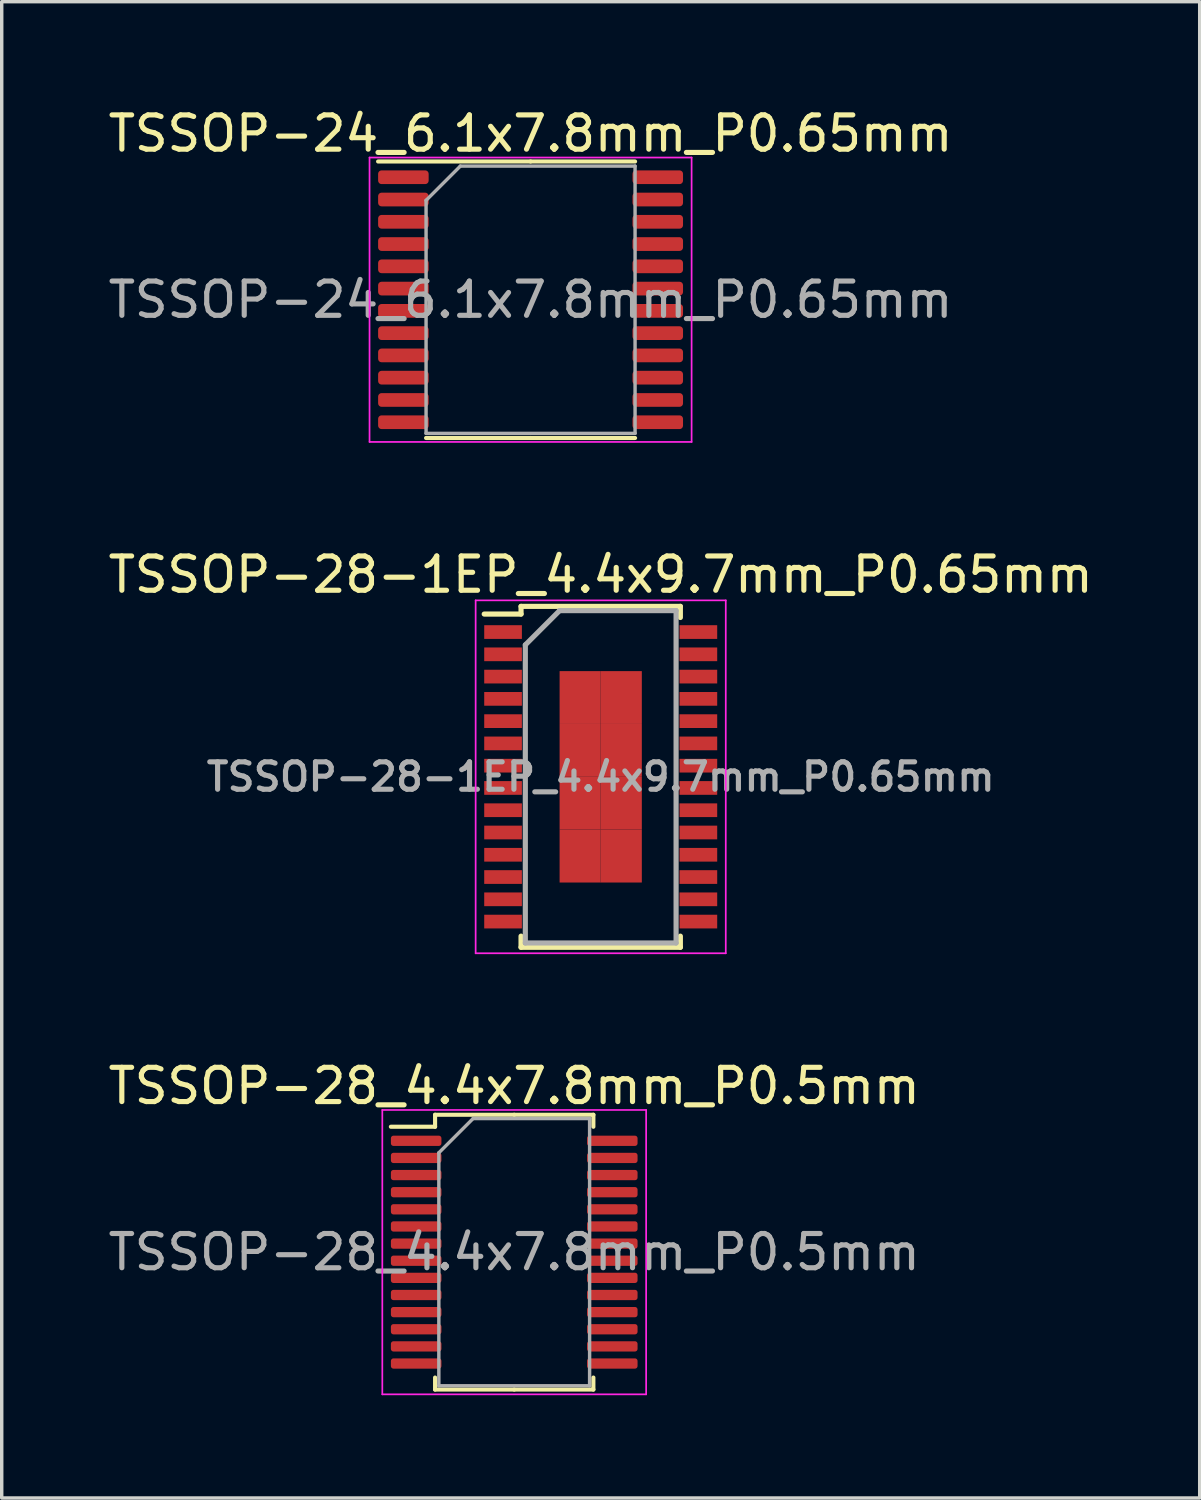
<source format=kicad_pcb>
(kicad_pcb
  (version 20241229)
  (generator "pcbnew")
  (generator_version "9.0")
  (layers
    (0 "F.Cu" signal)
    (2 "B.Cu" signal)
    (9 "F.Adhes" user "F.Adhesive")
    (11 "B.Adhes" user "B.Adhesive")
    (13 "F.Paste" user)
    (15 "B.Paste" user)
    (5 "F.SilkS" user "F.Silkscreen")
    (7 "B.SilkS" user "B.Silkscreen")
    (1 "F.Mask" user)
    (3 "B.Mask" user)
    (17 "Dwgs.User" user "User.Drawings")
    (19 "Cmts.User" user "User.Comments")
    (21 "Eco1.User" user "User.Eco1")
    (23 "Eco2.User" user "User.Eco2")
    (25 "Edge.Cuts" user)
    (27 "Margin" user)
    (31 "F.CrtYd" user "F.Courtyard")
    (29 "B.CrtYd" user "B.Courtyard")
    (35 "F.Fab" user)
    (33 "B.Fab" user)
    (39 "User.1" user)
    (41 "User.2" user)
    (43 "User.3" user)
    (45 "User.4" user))
  (footprint "TSSOP-28-1EP_4.4x9.7mm_P0.65mm"
    (layer "F.Cu")
    (at 14.482 19.622)
    (property "Reference" "TSSOP-28-1EP_4.4x9.7mm_P0.65mm" (at 0 -5.9 0) (layer "F.SilkS") (effects (font (size 1 1) (thickness 0.15))))
    (attr smd)
    (fp_line (start -2.325 -4.975) (end -2.325 -4.75) (stroke (width 0.15) (type solid)) (layer "F.SilkS"))
    (fp_line (start -2.325 -4.975) (end 2.325 -4.975) (stroke (width 0.15) (type solid)) (layer "F.SilkS"))
    (fp_line (start -2.325 -4.75) (end -3.4 -4.75) (stroke (width 0.15) (type solid)) (layer "F.SilkS"))
    (fp_line (start -2.325 4.975) (end -2.325 4.65) (stroke (width 0.15) (type solid)) (layer "F.SilkS"))
    (fp_line (start -2.325 4.975) (end 2.325 4.975) (stroke (width 0.15) (type solid)) (layer "F.SilkS"))
    (fp_line (start 2.325 -4.975) (end 2.325 -4.65) (stroke (width 0.15) (type solid)) (layer "F.SilkS"))
    (fp_line (start 2.325 4.975) (end 2.325 4.65) (stroke (width 0.15) (type solid)) (layer "F.SilkS"))
    (fp_line (start -3.65 -5.15) (end -3.65 5.15) (stroke (width 0.05) (type solid)) (layer "F.CrtYd"))
    (fp_line (start -3.65 -5.15) (end 3.65 -5.15) (stroke (width 0.05) (type solid)) (layer "F.CrtYd"))
    (fp_line (start -3.65 5.15) (end 3.65 5.15) (stroke (width 0.05) (type solid)) (layer "F.CrtYd"))
    (fp_line (start 3.65 -5.15) (end 3.65 5.15) (stroke (width 0.05) (type solid)) (layer "F.CrtYd"))
    (fp_line (start -2.2 -3.85) (end -1.2 -4.85) (stroke (width 0.15) (type solid)) (layer "F.Fab"))
    (fp_line (start -2.2 4.85) (end -2.2 -3.85) (stroke (width 0.15) (type solid)) (layer "F.Fab"))
    (fp_line (start -1.2 -4.85) (end 2.2 -4.85) (stroke (width 0.15) (type solid)) (layer "F.Fab"))
    (fp_line (start 2.2 -4.85) (end 2.2 4.85) (stroke (width 0.15) (type solid)) (layer "F.Fab"))
    (fp_line (start 2.2 4.85) (end -2.2 4.85) (stroke (width 0.15) (type solid)) (layer "F.Fab"))
    (fp_text user "${REFERENCE}" (at 0 0 0) (layer "F.Fab") (effects (font (size 0.8 0.8) (thickness 0.15))))
    (pad "1" smd rect (at -2.85 -4.225) (size 1.1 0.4) (layers "F.Cu" "F.Mask" "F.Paste"))
    (pad "2" smd rect (at -2.85 -3.575) (size 1.1 0.4) (layers "F.Cu" "F.Mask" "F.Paste"))
    (pad "3" smd rect (at -2.85 -2.925) (size 1.1 0.4) (layers "F.Cu" "F.Mask" "F.Paste"))
    (pad "4" smd rect (at -2.85 -2.275) (size 1.1 0.4) (layers "F.Cu" "F.Mask" "F.Paste"))
    (pad "5" smd rect (at -2.85 -1.625) (size 1.1 0.4) (layers "F.Cu" "F.Mask" "F.Paste"))
    (pad "6" smd rect (at -2.85 -0.975) (size 1.1 0.4) (layers "F.Cu" "F.Mask" "F.Paste"))
    (pad "7" smd rect (at -2.85 -0.325) (size 1.1 0.4) (layers "F.Cu" "F.Mask" "F.Paste"))
    (pad "8" smd rect (at -2.85 0.325) (size 1.1 0.4) (layers "F.Cu" "F.Mask" "F.Paste"))
    (pad "9" smd rect (at -2.85 0.975) (size 1.1 0.4) (layers "F.Cu" "F.Mask" "F.Paste"))
    (pad "10" smd rect (at -2.85 1.625) (size 1.1 0.4) (layers "F.Cu" "F.Mask" "F.Paste"))
    (pad "11" smd rect (at -2.85 2.275) (size 1.1 0.4) (layers "F.Cu" "F.Mask" "F.Paste"))
    (pad "12" smd rect (at -2.85 2.925) (size 1.1 0.4) (layers "F.Cu" "F.Mask" "F.Paste"))
    (pad "13" smd rect (at -2.85 3.575) (size 1.1 0.4) (layers "F.Cu" "F.Mask" "F.Paste"))
    (pad "14" smd rect (at -2.85 4.225) (size 1.1 0.4) (layers "F.Cu" "F.Mask" "F.Paste"))
    (pad "15" smd rect (at 2.85 4.225) (size 1.1 0.4) (layers "F.Cu" "F.Mask" "F.Paste"))
    (pad "16" smd rect (at 2.85 3.575) (size 1.1 0.4) (layers "F.Cu" "F.Mask" "F.Paste"))
    (pad "17" smd rect (at 2.85 2.925) (size 1.1 0.4) (layers "F.Cu" "F.Mask" "F.Paste"))
    (pad "18" smd rect (at 2.85 2.275) (size 1.1 0.4) (layers "F.Cu" "F.Mask" "F.Paste"))
    (pad "19" smd rect (at 2.85 1.625) (size 1.1 0.4) (layers "F.Cu" "F.Mask" "F.Paste"))
    (pad "20" smd rect (at 2.85 0.975) (size 1.1 0.4) (layers "F.Cu" "F.Mask" "F.Paste"))
    (pad "21" smd rect (at 2.85 0.325) (size 1.1 0.4) (layers "F.Cu" "F.Mask" "F.Paste"))
    (pad "22" smd rect (at 2.85 -0.325) (size 1.1 0.4) (layers "F.Cu" "F.Mask" "F.Paste"))
    (pad "23" smd rect (at 2.85 -0.975) (size 1.1 0.4) (layers "F.Cu" "F.Mask" "F.Paste"))
    (pad "24" smd rect (at 2.85 -1.625) (size 1.1 0.4) (layers "F.Cu" "F.Mask" "F.Paste"))
    (pad "25" smd rect (at 2.85 -2.275) (size 1.1 0.4) (layers "F.Cu" "F.Mask" "F.Paste"))
    (pad "26" smd rect (at 2.85 -2.925) (size 1.1 0.4) (layers "F.Cu" "F.Mask" "F.Paste"))
    (pad "27" smd rect (at 2.85 -3.575) (size 1.1 0.4) (layers "F.Cu" "F.Mask" "F.Paste"))
    (pad "28" smd rect (at 2.85 -4.225) (size 1.1 0.4) (layers "F.Cu" "F.Mask" "F.Paste"))
    (pad "29" smd rect (at -0.6 -2.314) (size 1.2 1.542) (layers "F.Cu" "F.Mask" "F.Paste"))
    (pad "29" smd rect (at -0.6 -0.771) (size 1.2 1.542) (layers "F.Cu" "F.Mask" "F.Paste"))
    (pad "29" smd rect (at -0.6 0.771) (size 1.2 1.542) (layers "F.Cu" "F.Mask" "F.Paste"))
    (pad "29" smd rect (at -0.6 2.314) (size 1.2 1.542) (layers "F.Cu" "F.Mask" "F.Paste"))
    (pad "29" smd rect (at 0.6 -2.314) (size 1.2 1.542) (layers "F.Cu" "F.Mask" "F.Paste"))
    (pad "29" smd rect (at 0.6 -0.771) (size 1.2 1.542) (layers "F.Cu" "F.Mask" "F.Paste"))
    (pad "29" smd rect (at 0.6 0.771) (size 1.2 1.542) (layers "F.Cu" "F.Mask" "F.Paste"))
    (pad "29" smd rect (at 0.6 2.314) (size 1.2 1.542) (layers "F.Cu" "F.Mask" "F.Paste")))
  (footprint "TSSOP-28_4.4x7.8mm_P0.5mm"
    (layer "F.Cu")
    (at 11.958 33.495)
    (property "Reference" "TSSOP-28_4.4x7.8mm_P0.5mm" (at 0 -4.85 0) (layer "F.SilkS") (effects (font (size 1 1) (thickness 0.15))))
    (attr smd)
    (fp_line (start -2.31 -4.01) (end -2.31 -3.66) (stroke (width 0.12) (type solid)) (layer "F.SilkS"))
    (fp_line (start -2.31 -3.66) (end -3.6 -3.66) (stroke (width 0.12) (type solid)) (layer "F.SilkS"))
    (fp_line (start -2.31 4.01) (end -2.31 3.66) (stroke (width 0.12) (type solid)) (layer "F.SilkS"))
    (fp_line (start 0 -4.01) (end -2.31 -4.01) (stroke (width 0.12) (type solid)) (layer "F.SilkS"))
    (fp_line (start 0 -4.01) (end 2.31 -4.01) (stroke (width 0.12) (type solid)) (layer "F.SilkS"))
    (fp_line (start 0 4.01) (end -2.31 4.01) (stroke (width 0.12) (type solid)) (layer "F.SilkS"))
    (fp_line (start 0 4.01) (end 2.31 4.01) (stroke (width 0.12) (type solid)) (layer "F.SilkS"))
    (fp_line (start 2.31 -4.01) (end 2.31 -3.66) (stroke (width 0.12) (type solid)) (layer "F.SilkS"))
    (fp_line (start 2.31 4.01) (end 2.31 3.66) (stroke (width 0.12) (type solid)) (layer "F.SilkS"))
    (fp_line (start -3.85 -4.15) (end -3.85 4.15) (stroke (width 0.05) (type solid)) (layer "F.CrtYd"))
    (fp_line (start -3.85 4.15) (end 3.85 4.15) (stroke (width 0.05) (type solid)) (layer "F.CrtYd"))
    (fp_line (start 3.85 -4.15) (end -3.85 -4.15) (stroke (width 0.05) (type solid)) (layer "F.CrtYd"))
    (fp_line (start 3.85 4.15) (end 3.85 -4.15) (stroke (width 0.05) (type solid)) (layer "F.CrtYd"))
    (fp_line (start -2.2 -2.9) (end -1.2 -3.9) (stroke (width 0.1) (type solid)) (layer "F.Fab"))
    (fp_line (start -2.2 3.9) (end -2.2 -2.9) (stroke (width 0.1) (type solid)) (layer "F.Fab"))
    (fp_line (start -1.2 -3.9) (end 2.2 -3.9) (stroke (width 0.1) (type solid)) (layer "F.Fab"))
    (fp_line (start 2.2 -3.9) (end 2.2 3.9) (stroke (width 0.1) (type solid)) (layer "F.Fab"))
    (fp_line (start 2.2 3.9) (end -2.2 3.9) (stroke (width 0.1) (type solid)) (layer "F.Fab"))
    (fp_text user "${REFERENCE}" (at 0 0 0) (layer "F.Fab") (effects (font (size 1 1) (thickness 0.15))))
    (pad "1" smd roundrect (at -2.862 -3.25) (size 1.475 0.3) (layers "F.Cu" "F.Mask" "F.Paste") (roundrect_rratio 0.25))
    (pad "2" smd roundrect (at -2.862 -2.75) (size 1.475 0.3) (layers "F.Cu" "F.Mask" "F.Paste") (roundrect_rratio 0.25))
    (pad "3" smd roundrect (at -2.862 -2.25) (size 1.475 0.3) (layers "F.Cu" "F.Mask" "F.Paste") (roundrect_rratio 0.25))
    (pad "4" smd roundrect (at -2.862 -1.75) (size 1.475 0.3) (layers "F.Cu" "F.Mask" "F.Paste") (roundrect_rratio 0.25))
    (pad "5" smd roundrect (at -2.862 -1.25) (size 1.475 0.3) (layers "F.Cu" "F.Mask" "F.Paste") (roundrect_rratio 0.25))
    (pad "6" smd roundrect (at -2.862 -0.75) (size 1.475 0.3) (layers "F.Cu" "F.Mask" "F.Paste") (roundrect_rratio 0.25))
    (pad "7" smd roundrect (at -2.862 -0.25) (size 1.475 0.3) (layers "F.Cu" "F.Mask" "F.Paste") (roundrect_rratio 0.25))
    (pad "8" smd roundrect (at -2.862 0.25) (size 1.475 0.3) (layers "F.Cu" "F.Mask" "F.Paste") (roundrect_rratio 0.25))
    (pad "9" smd roundrect (at -2.862 0.75) (size 1.475 0.3) (layers "F.Cu" "F.Mask" "F.Paste") (roundrect_rratio 0.25))
    (pad "10" smd roundrect (at -2.862 1.25) (size 1.475 0.3) (layers "F.Cu" "F.Mask" "F.Paste") (roundrect_rratio 0.25))
    (pad "11" smd roundrect (at -2.862 1.75) (size 1.475 0.3) (layers "F.Cu" "F.Mask" "F.Paste") (roundrect_rratio 0.25))
    (pad "12" smd roundrect (at -2.862 2.25) (size 1.475 0.3) (layers "F.Cu" "F.Mask" "F.Paste") (roundrect_rratio 0.25))
    (pad "13" smd roundrect (at -2.862 2.75) (size 1.475 0.3) (layers "F.Cu" "F.Mask" "F.Paste") (roundrect_rratio 0.25))
    (pad "14" smd roundrect (at -2.862 3.25) (size 1.475 0.3) (layers "F.Cu" "F.Mask" "F.Paste") (roundrect_rratio 0.25))
    (pad "15" smd roundrect (at 2.862 3.25) (size 1.475 0.3) (layers "F.Cu" "F.Mask" "F.Paste") (roundrect_rratio 0.25))
    (pad "16" smd roundrect (at 2.862 2.75) (size 1.475 0.3) (layers "F.Cu" "F.Mask" "F.Paste") (roundrect_rratio 0.25))
    (pad "17" smd roundrect (at 2.862 2.25) (size 1.475 0.3) (layers "F.Cu" "F.Mask" "F.Paste") (roundrect_rratio 0.25))
    (pad "18" smd roundrect (at 2.862 1.75) (size 1.475 0.3) (layers "F.Cu" "F.Mask" "F.Paste") (roundrect_rratio 0.25))
    (pad "19" smd roundrect (at 2.862 1.25) (size 1.475 0.3) (layers "F.Cu" "F.Mask" "F.Paste") (roundrect_rratio 0.25))
    (pad "20" smd roundrect (at 2.862 0.75) (size 1.475 0.3) (layers "F.Cu" "F.Mask" "F.Paste") (roundrect_rratio 0.25))
    (pad "21" smd roundrect (at 2.862 0.25) (size 1.475 0.3) (layers "F.Cu" "F.Mask" "F.Paste") (roundrect_rratio 0.25))
    (pad "22" smd roundrect (at 2.862 -0.25) (size 1.475 0.3) (layers "F.Cu" "F.Mask" "F.Paste") (roundrect_rratio 0.25))
    (pad "23" smd roundrect (at 2.862 -0.75) (size 1.475 0.3) (layers "F.Cu" "F.Mask" "F.Paste") (roundrect_rratio 0.25))
    (pad "24" smd roundrect (at 2.862 -1.25) (size 1.475 0.3) (layers "F.Cu" "F.Mask" "F.Paste") (roundrect_rratio 0.25))
    (pad "25" smd roundrect (at 2.862 -1.75) (size 1.475 0.3) (layers "F.Cu" "F.Mask" "F.Paste") (roundrect_rratio 0.25))
    (pad "26" smd roundrect (at 2.862 -2.25) (size 1.475 0.3) (layers "F.Cu" "F.Mask" "F.Paste") (roundrect_rratio 0.25))
    (pad "27" smd roundrect (at 2.862 -2.75) (size 1.475 0.3) (layers "F.Cu" "F.Mask" "F.Paste") (roundrect_rratio 0.25))
    (pad "28" smd roundrect (at 2.862 -3.25) (size 1.475 0.3) (layers "F.Cu" "F.Mask" "F.Paste") (roundrect_rratio 0.25)))
  (footprint "TSSOP-24_6.1x7.8mm_P0.65mm"
    (layer "F.Cu")
    (at 12.435 5.698)
    (property "Reference" "TSSOP-24_6.1x7.8mm_P0.65mm" (at 0 -4.85 0) (layer "F.SilkS") (effects (font (size 1 1) (thickness 0.15))))
    (attr smd)
    (fp_line (start 0 -4.035) (end -4.45 -4.035) (stroke (width 0.12) (type solid)) (layer "F.SilkS"))
    (fp_line (start 0 -4.035) (end 3.05 -4.035) (stroke (width 0.12) (type solid)) (layer "F.SilkS"))
    (fp_line (start 0 4.035) (end -3.05 4.035) (stroke (width 0.12) (type solid)) (layer "F.SilkS"))
    (fp_line (start 0 4.035) (end 3.05 4.035) (stroke (width 0.12) (type solid)) (layer "F.SilkS"))
    (fp_line (start -4.7 -4.15) (end -4.7 4.15) (stroke (width 0.05) (type solid)) (layer "F.CrtYd"))
    (fp_line (start -4.7 4.15) (end 4.7 4.15) (stroke (width 0.05) (type solid)) (layer "F.CrtYd"))
    (fp_line (start 4.7 -4.15) (end -4.7 -4.15) (stroke (width 0.05) (type solid)) (layer "F.CrtYd"))
    (fp_line (start 4.7 4.15) (end 4.7 -4.15) (stroke (width 0.05) (type solid)) (layer "F.CrtYd"))
    (fp_line (start -3.05 -2.9) (end -2.05 -3.9) (stroke (width 0.1) (type solid)) (layer "F.Fab"))
    (fp_line (start -3.05 3.9) (end -3.05 -2.9) (stroke (width 0.1) (type solid)) (layer "F.Fab"))
    (fp_line (start -2.05 -3.9) (end 3.05 -3.9) (stroke (width 0.1) (type solid)) (layer "F.Fab"))
    (fp_line (start 3.05 -3.9) (end 3.05 3.9) (stroke (width 0.1) (type solid)) (layer "F.Fab"))
    (fp_line (start 3.05 3.9) (end -3.05 3.9) (stroke (width 0.1) (type solid)) (layer "F.Fab"))
    (fp_text user "${REFERENCE}" (at 0 0 0) (layer "F.Fab") (effects (font (size 1 1) (thickness 0.15))))
    (pad "1" smd roundrect (at -3.712 -3.575) (size 1.475 0.4) (layers "F.Cu" "F.Mask" "F.Paste") (roundrect_rratio 0.25))
    (pad "2" smd roundrect (at -3.712 -2.925) (size 1.475 0.4) (layers "F.Cu" "F.Mask" "F.Paste") (roundrect_rratio 0.25))
    (pad "3" smd roundrect (at -3.712 -2.275) (size 1.475 0.4) (layers "F.Cu" "F.Mask" "F.Paste") (roundrect_rratio 0.25))
    (pad "4" smd roundrect (at -3.712 -1.625) (size 1.475 0.4) (layers "F.Cu" "F.Mask" "F.Paste") (roundrect_rratio 0.25))
    (pad "5" smd roundrect (at -3.712 -0.975) (size 1.475 0.4) (layers "F.Cu" "F.Mask" "F.Paste") (roundrect_rratio 0.25))
    (pad "6" smd roundrect (at -3.712 -0.325) (size 1.475 0.4) (layers "F.Cu" "F.Mask" "F.Paste") (roundrect_rratio 0.25))
    (pad "7" smd roundrect (at -3.712 0.325) (size 1.475 0.4) (layers "F.Cu" "F.Mask" "F.Paste") (roundrect_rratio 0.25))
    (pad "8" smd roundrect (at -3.712 0.975) (size 1.475 0.4) (layers "F.Cu" "F.Mask" "F.Paste") (roundrect_rratio 0.25))
    (pad "9" smd roundrect (at -3.712 1.625) (size 1.475 0.4) (layers "F.Cu" "F.Mask" "F.Paste") (roundrect_rratio 0.25))
    (pad "10" smd roundrect (at -3.712 2.275) (size 1.475 0.4) (layers "F.Cu" "F.Mask" "F.Paste") (roundrect_rratio 0.25))
    (pad "11" smd roundrect (at -3.712 2.925) (size 1.475 0.4) (layers "F.Cu" "F.Mask" "F.Paste") (roundrect_rratio 0.25))
    (pad "12" smd roundrect (at -3.712 3.575) (size 1.475 0.4) (layers "F.Cu" "F.Mask" "F.Paste") (roundrect_rratio 0.25))
    (pad "13" smd roundrect (at 3.712 3.575) (size 1.475 0.4) (layers "F.Cu" "F.Mask" "F.Paste") (roundrect_rratio 0.25))
    (pad "14" smd roundrect (at 3.712 2.925) (size 1.475 0.4) (layers "F.Cu" "F.Mask" "F.Paste") (roundrect_rratio 0.25))
    (pad "15" smd roundrect (at 3.712 2.275) (size 1.475 0.4) (layers "F.Cu" "F.Mask" "F.Paste") (roundrect_rratio 0.25))
    (pad "16" smd roundrect (at 3.712 1.625) (size 1.475 0.4) (layers "F.Cu" "F.Mask" "F.Paste") (roundrect_rratio 0.25))
    (pad "17" smd roundrect (at 3.712 0.975) (size 1.475 0.4) (layers "F.Cu" "F.Mask" "F.Paste") (roundrect_rratio 0.25))
    (pad "18" smd roundrect (at 3.712 0.325) (size 1.475 0.4) (layers "F.Cu" "F.Mask" "F.Paste") (roundrect_rratio 0.25))
    (pad "19" smd roundrect (at 3.712 -0.325) (size 1.475 0.4) (layers "F.Cu" "F.Mask" "F.Paste") (roundrect_rratio 0.25))
    (pad "20" smd roundrect (at 3.712 -0.975) (size 1.475 0.4) (layers "F.Cu" "F.Mask" "F.Paste") (roundrect_rratio 0.25))
    (pad "21" smd roundrect (at 3.712 -1.625) (size 1.475 0.4) (layers "F.Cu" "F.Mask" "F.Paste") (roundrect_rratio 0.25))
    (pad "22" smd roundrect (at 3.712 -2.275) (size 1.475 0.4) (layers "F.Cu" "F.Mask" "F.Paste") (roundrect_rratio 0.25))
    (pad "23" smd roundrect (at 3.712 -2.925) (size 1.475 0.4) (layers "F.Cu" "F.Mask" "F.Paste") (roundrect_rratio 0.25))
    (pad "24" smd roundrect (at 3.712 -3.575) (size 1.475 0.4) (layers "F.Cu" "F.Mask" "F.Paste") (roundrect_rratio 0.25)))
  (gr_rect
    (start -3 -3)
    (end 31.964 40.67)
    (stroke (width 0.1) (type default))
    (fill no)
    (layer "Edge.Cuts")))
</source>
